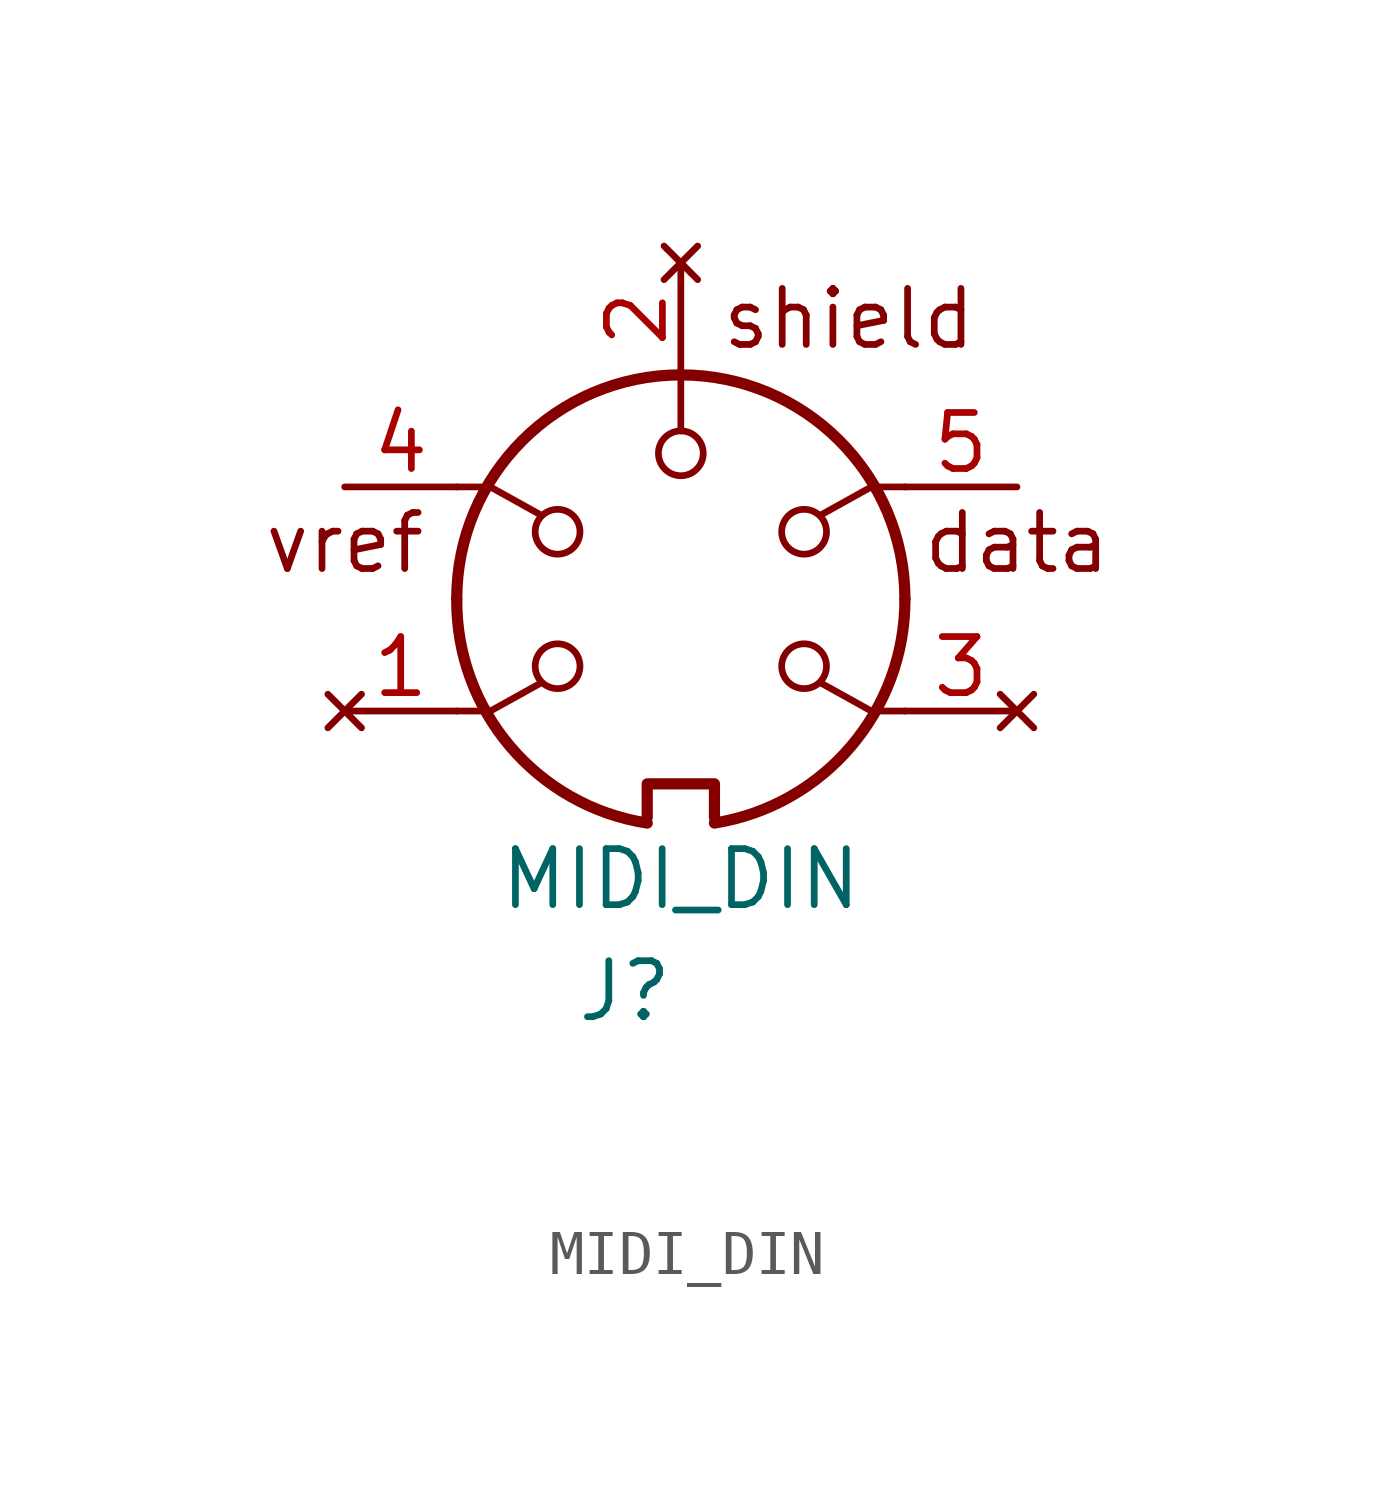
<source format=kicad_sym>
(kicad_symbol_lib
  (version 20201005)
  (generator kicad_symbol_editor)
  (symbol "MIDI_DIN"
    (pin_names
      (offset 1.016))
    (property "Reference" "J"
      (at -1.27 -8.89 0)
      (effects (font (size 1.27 1.27))))
    (property "Value" "MIDI_DIN"
      (at 0 -6.35 0)
      (effects (font (size 1.27 1.27))))
    (symbol "MIDI_DIN_0_0"
      (text "data" (at 7.62 1.27 0) (effects (font (size 1.27 1.27))))
      (text "shield" (at 3.81 6.35 0) (effects (font (size 1.27 1.27))))
      (text "vref" (at -7.62 1.27 0) (effects (font (size 1.27 1.27)))))
    (symbol "MIDI_DIN_0_1"
      (arc (start 0.762 -5.08) (end 5.08 0) (radius (at -0.0254 -0.0254) (length 5.1054) (angles -81.1 0.3)) (stroke (width 0.254)) (fill (type none)))
      (arc (start 5.08 0) (end -5.08 0) (radius (at 0 0) (length 5.08) (angles 0.1 179.9)) (stroke (width 0.254)) (fill (type none)))
      (arc (start -5.08 0) (end -0.762 -5.08) (radius (at 0.0254 -0.0254) (length 5.1054) (angles 179.7 -98.9)) (stroke (width 0.254)) (fill (type none)))
      (circle (center -2.794 -1.524) (radius 0.508) (stroke (width 0)) (fill (type none)))
      (circle (center -2.794 1.524) (radius 0.508) (stroke (width 0)) (fill (type none)))
      (circle (center 0 3.302) (radius 0.508) (stroke (width 0)) (fill (type none)))
      (circle (center 2.794 -1.524) (radius 0.508) (stroke (width 0)) (fill (type none)))
      (circle (center 2.794 1.524) (radius 0.508) (stroke (width 0)) (fill (type none)))
      (polyline (pts (xy 0 5.08) (xy 0 3.81)) (stroke (width 0)) (fill (type none)))
      (polyline (pts (xy -5.08 -2.54) (xy -4.318 -2.54) (xy -3.175 -1.905)) (stroke (width 0)) (fill (type none)))
      (polyline (pts (xy -5.08 2.54) (xy -4.318 2.54) (xy -3.175 1.905)) (stroke (width 0)) (fill (type none)))
      (polyline (pts (xy 5.08 -2.54) (xy 4.318 -2.54) (xy 3.175 -1.905)) (stroke (width 0)) (fill (type none)))
      (polyline (pts (xy 5.08 2.54) (xy 4.318 2.54) (xy 3.175 1.905)) (stroke (width 0)) (fill (type none)))
      (polyline (pts (xy -0.762 -4.953) (xy -0.762 -4.191) (xy 0.762 -4.191) (xy 0.762 -4.953)) (stroke (width 0.254)) (fill (type none))))
    (symbol "MIDI_DIN_1_1"
      (pin no_connect line (at -7.62 -2.54 0) (length 2.54) (name "~" (effects (font (size 1.27 1.27)))) (number "1" (effects (font (size 1.27 1.27)))))
      (pin no_connect line (at 0 7.62 270) (length 2.54) (name "~" (effects (font (size 1.27 1.27)))) (number "2" (effects (font (size 1.27 1.27)))))
      (pin no_connect line (at 7.62 -2.54 180) (length 2.54) (name "~" (effects (font (size 1.27 1.27)))) (number "3" (effects (font (size 1.27 1.27)))))
      (pin passive line (at -7.62 2.54 0) (length 2.54) (name "~" (effects (font (size 1.27 1.27)))) (number "4" (effects (font (size 1.27 1.27)))))
      (pin passive line (at 7.62 2.54 180) (length 2.54) (name "~" (effects (font (size 1.27 1.27)))) (number "5" (effects (font (size 1.27 1.27)))))
      (pin no_connect non_logic (at 3.81 -11.43 0) (length 0) hide (name "case" (effects (font (size 1.27 1.27)))) (number "6" (effects (font (size 1.27 1.27))))))))
</source>
